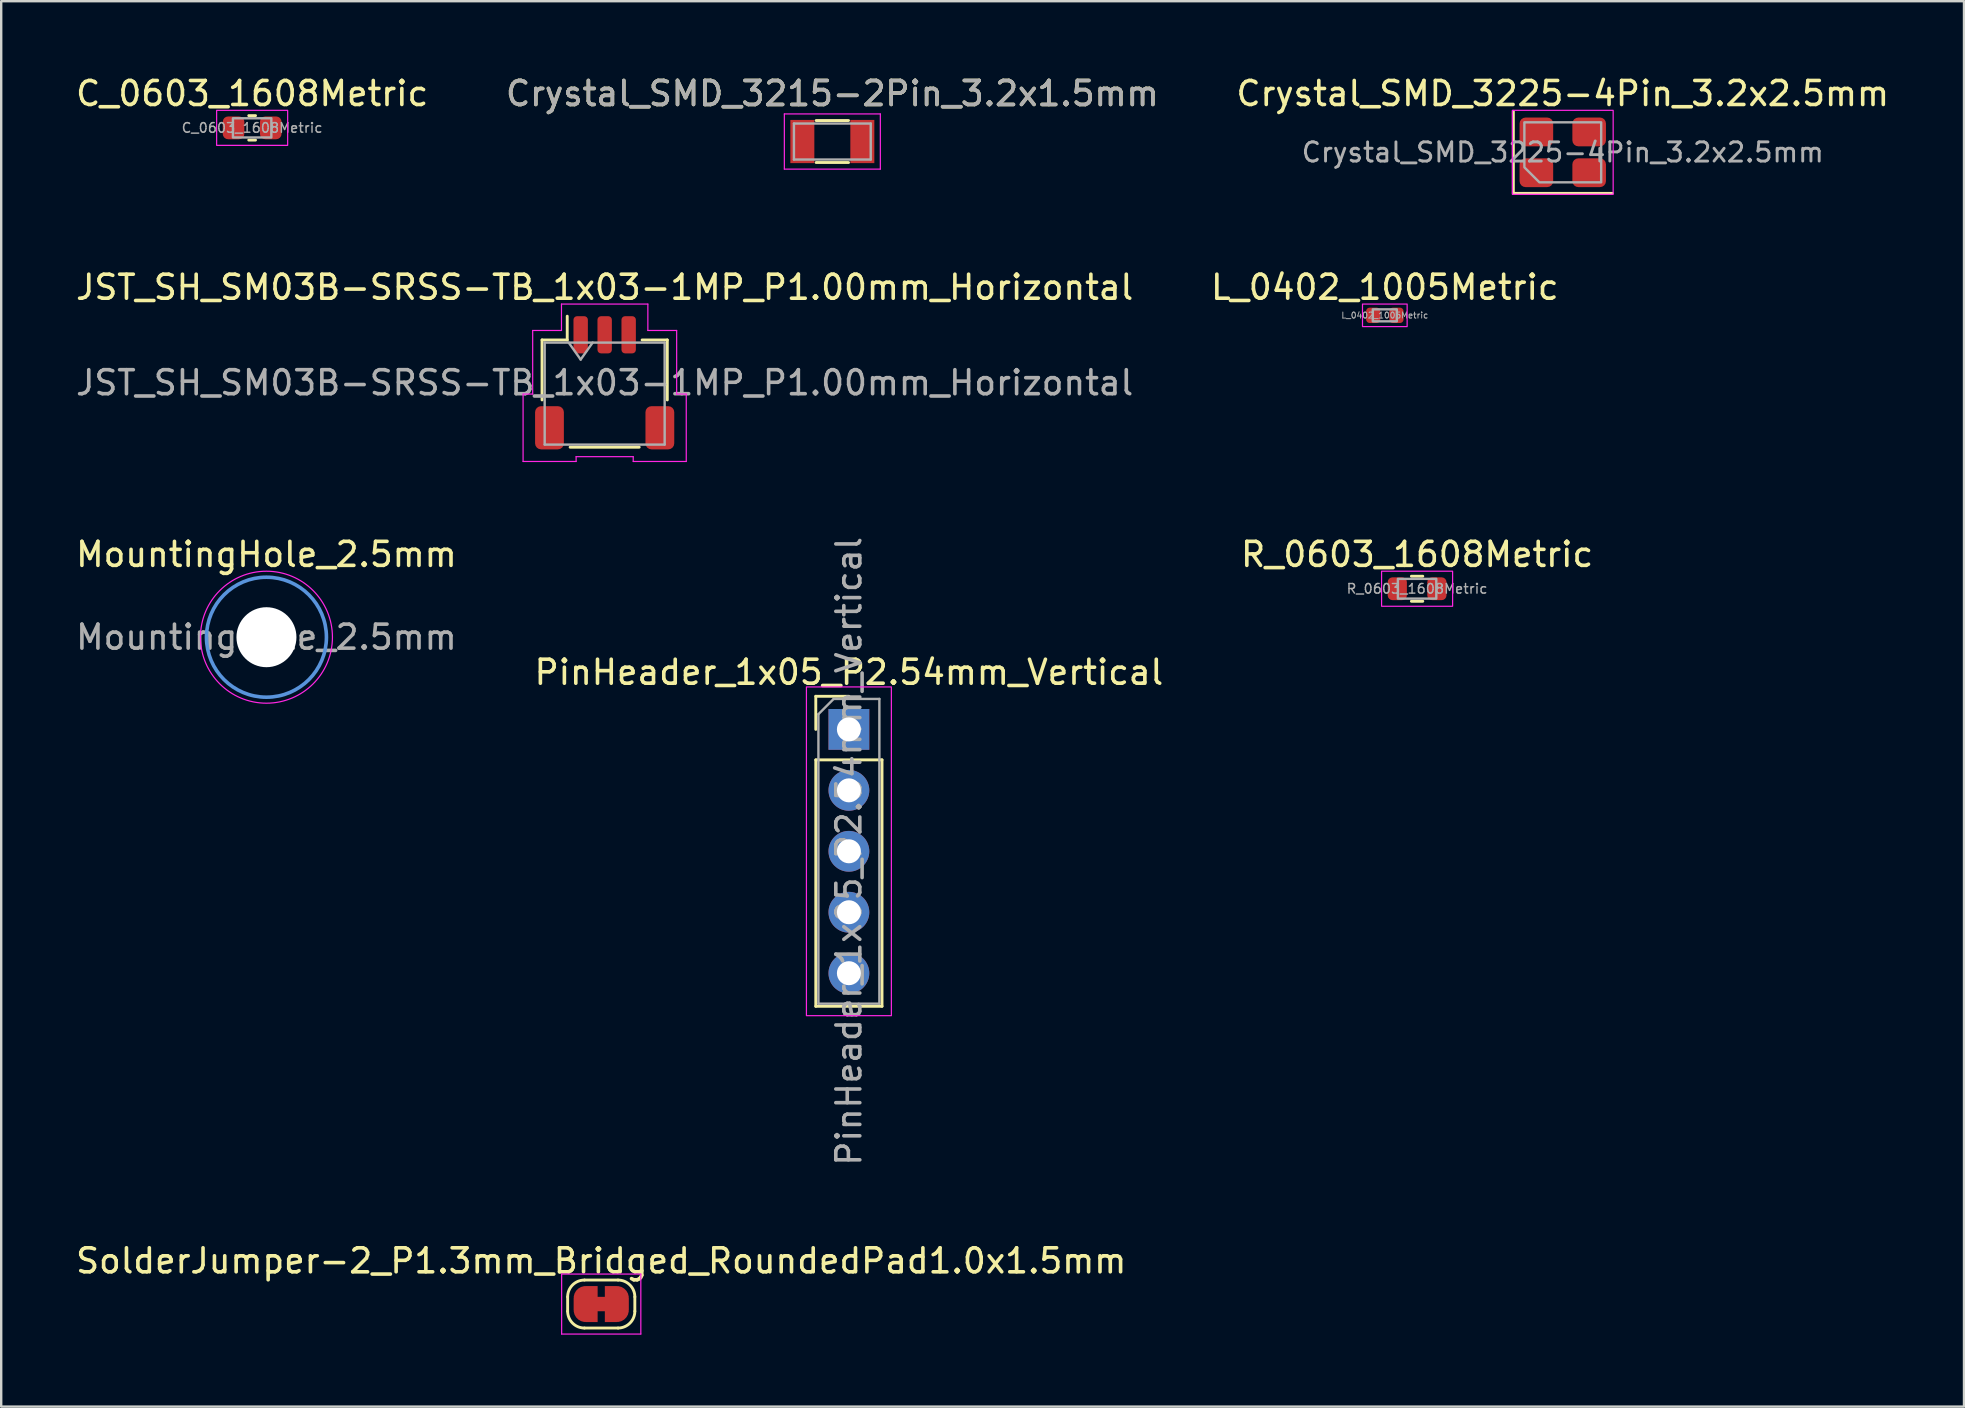
<source format=kicad_pcb>
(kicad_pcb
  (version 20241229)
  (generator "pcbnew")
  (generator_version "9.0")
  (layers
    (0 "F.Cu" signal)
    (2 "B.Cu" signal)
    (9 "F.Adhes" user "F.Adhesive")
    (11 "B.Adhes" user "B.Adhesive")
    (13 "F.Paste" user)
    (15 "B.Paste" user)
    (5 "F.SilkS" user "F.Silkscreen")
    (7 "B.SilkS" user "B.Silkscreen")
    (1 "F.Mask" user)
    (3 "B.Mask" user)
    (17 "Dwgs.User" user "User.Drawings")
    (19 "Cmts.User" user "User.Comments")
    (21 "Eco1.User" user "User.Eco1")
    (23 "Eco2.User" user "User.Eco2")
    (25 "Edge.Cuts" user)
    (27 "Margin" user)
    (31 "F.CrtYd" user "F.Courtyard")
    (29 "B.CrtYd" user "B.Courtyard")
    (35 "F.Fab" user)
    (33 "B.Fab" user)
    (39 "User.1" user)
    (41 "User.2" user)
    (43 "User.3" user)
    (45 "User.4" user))
  (footprint "C_0603_1608Metric"
    (layer "F.Cu")
    (at 7.458 2.278)
    (property "Reference" "C_0603_1608Metric" (at 0 -1.43 180) (layer "F.SilkS") (effects (font (size 1 1) (thickness 0.15))))
    (attr smd)
    (fp_line (start -0.141 -0.51) (end 0.141 -0.51) (stroke (width 0.12) (type solid)) (layer "F.SilkS"))
    (fp_line (start -0.141 0.51) (end 0.141 0.51) (stroke (width 0.12) (type solid)) (layer "F.SilkS"))
    (fp_rect (start -1.48 -0.73) (end 1.48 0.73) (stroke (width 0.05) (type solid)) (fill no) (layer "F.CrtYd"))
    (fp_rect (start -0.8 -0.4) (end 0.8 0.4) (stroke (width 0.1) (type solid)) (fill no) (layer "F.Fab"))
    (fp_text user "${REFERENCE}" (at 0 0 180) (layer "F.Fab") (effects (font (size 0.4 0.4) (thickness 0.06))))
    (pad "1" smd roundrect (at -0.775 0) (size 0.9 0.95) (layers "F.Cu" "F.Mask" "F.Paste") (roundrect_rratio 0.25))
    (pad "2" smd roundrect (at 0.775 0) (size 0.9 0.95) (layers "F.Cu" "F.Mask" "F.Paste") (roundrect_rratio 0.25)))
  (footprint "Crystal_SMD_3225-4Pin_3.2x2.5mm"
    (layer "F.Cu")
    (at 62.077 3.298)
    (property "Reference" "Crystal_SMD_3225-4Pin_3.2x2.5mm" (at 0 -2.45 0) (layer "F.SilkS") (effects (font (size 1 1) (thickness 0.15))))
    (attr smd)
    (fp_line (start -2.06 -1.71) (end -2.06 1.71) (stroke (width 0.12) (type solid)) (layer "F.SilkS"))
    (fp_line (start -2.06 1.71) (end 2.06 1.71) (stroke (width 0.12) (type solid)) (layer "F.SilkS"))
    (fp_rect (start -2.1 -1.75) (end 2.1 1.75) (stroke (width 0.05) (type solid)) (fill no) (layer "F.CrtYd"))
    (fp_poly (pts (xy 1.6 -1.25) (xy 1.6 1.25) (xy -0.975 1.25) (xy -1.6 0.625) (xy -1.6 -1.25)) (stroke (width 0.1) (type solid)) (fill no) (layer "F.Fab"))
    (fp_text user "${REFERENCE}" (at 0 0 0) (layer "F.Fab") (effects (font (size 0.8 0.8) (thickness 0.12))))
    (pad "1" smd roundrect (at -1.1 0.85) (size 1.4 1.2) (layers "F.Cu" "F.Mask" "F.Paste") (roundrect_rratio 0.208))
    (pad "2" smd roundrect (at 1.1 0.85) (size 1.4 1.2) (layers "F.Cu" "F.Mask" "F.Paste") (roundrect_rratio 0.208))
    (pad "3" smd roundrect (at 1.1 -0.85) (size 1.4 1.2) (layers "F.Cu" "F.Mask" "F.Paste") (roundrect_rratio 0.208))
    (pad "4" smd roundrect (at -1.1 -0.85) (size 1.4 1.2) (layers "F.Cu" "F.Mask" "F.Paste") (roundrect_rratio 0.208)))
  (footprint "SolderJumper-2_P1.3mm_Bridged_RoundedPad1.0x1.5mm"
    (layer "F.Cu")
    (at 22.006 51.295)
    (property "Reference" "SolderJumper-2_P1.3mm_Bridged_RoundedPad1.0x1.5mm" (at 0 -1.8 180) (layer "F.SilkS") (effects (font (size 1 1) (thickness 0.15))))
    (attr exclude_from_pos_files exclude_from_bom allow_soldermask_bridges)
    (fp_poly (pts (xy 0.25 -0.3) (xy -0.25 -0.3) (xy -0.25 0.3) (xy 0.25 0.3)) (stroke (width 0) (type solid)) (fill yes) (layer "F.Cu"))
    (fp_rect (start -0.15 -0.75) (end 0.15 0.75) (stroke (width 0) (type default)) (fill yes) (layer "F.Mask"))
    (fp_line (start -1.4 0.3) (end -1.4 -0.3) (stroke (width 0.12) (type solid)) (layer "F.SilkS"))
    (fp_line (start -0.7 -1) (end 0.7 -1) (stroke (width 0.12) (type solid)) (layer "F.SilkS"))
    (fp_line (start 0.7 1) (end -0.7 1) (stroke (width 0.12) (type solid)) (layer "F.SilkS"))
    (fp_line (start 1.4 -0.3) (end 1.4 0.3) (stroke (width 0.12) (type solid)) (layer "F.SilkS"))
    (fp_arc (start -1.4 -0.3) (mid -1.194975 -0.794975) (end -0.7 -1) (stroke (width 0.12) (type solid)) (layer "F.SilkS"))
    (fp_arc (start -0.7 1) (mid -1.194975 0.794975) (end -1.4 0.3) (stroke (width 0.12) (type solid)) (layer "F.SilkS"))
    (fp_arc (start 0.7 -1) (mid 1.194975 -0.794975) (end 1.4 -0.3) (stroke (width 0.12) (type solid)) (layer "F.SilkS"))
    (fp_arc (start 1.4 0.3) (mid 1.194975 0.794975) (end 0.7 1) (stroke (width 0.12) (type solid)) (layer "F.SilkS"))
    (fp_line (start -1.65 -1.25) (end -1.65 1.25) (stroke (width 0.05) (type solid)) (layer "F.CrtYd"))
    (fp_line (start -1.65 -1.25) (end 1.65 -1.25) (stroke (width 0.05) (type solid)) (layer "F.CrtYd"))
    (fp_line (start 1.65 1.25) (end -1.65 1.25) (stroke (width 0.05) (type solid)) (layer "F.CrtYd"))
    (fp_line (start 1.65 1.25) (end 1.65 -1.25) (stroke (width 0.05) (type solid)) (layer "F.CrtYd"))
    (pad "1" smd custom (at -0.65 0) (size 1 0.5) (layers "F.Cu" "F.Mask") (options (anchor rect)) (primitives (gr_circle (center 0 0.25) (end 0.5 0.25) (width 0) (fill yes)) (gr_circle (center 0 -0.25) (end 0.5 -0.25) (width 0) (fill yes)) (gr_poly (pts (xy 0.5 0.75) (xy 0 0.75) (xy 0 -0.75) (xy 0.5 -0.75)) (width 0) (fill yes))))
    (pad "2" smd custom (at 0.65 0) (size 1 0.5) (layers "F.Cu" "F.Mask") (options (anchor rect)) (primitives (gr_circle (center 0 0.25) (end 0.5 0.25) (width 0) (fill yes)) (gr_circle (center 0 -0.25) (end 0.5 -0.25) (width 0) (fill yes)) (gr_poly (pts (xy 0 0.75) (xy -0.5 0.75) (xy -0.5 -0.75) (xy 0 -0.75)) (width 0) (fill yes)))))
  (footprint "MountingHole_2.5mm"
    (layer "F.Cu")
    (at 8.054 23.505)
    (property "Reference" "MountingHole_2.5mm" (at 0 -3.45 0) (layer "F.SilkS") (effects (font (size 1 1) (thickness 0.15))))
    (attr exclude_from_pos_files exclude_from_bom)
    (fp_circle (center 0 0) (end 2.5 0) (stroke (width 0.15) (type solid)) (fill no) (layer "Cmts.User"))
    (fp_circle (center 0 0) (end 2.75 0) (stroke (width 0.05) (type solid)) (fill no) (layer "F.CrtYd"))
    (fp_text user "${REFERENCE}" (at 0 0 0) (layer "F.Fab") (effects (font (size 1 1) (thickness 0.15))))
    (pad "" np_thru_hole circle (at 0 0) (size 2.5 2.5) (drill 2.5) (layers "*.Cu" "*.Mask")))
  (footprint "PinHeader_1x05_P2.54mm_Vertical"
    (layer "F.Cu")
    (at 32.327 27.347)
    (property "Reference" "PinHeader_1x05_P2.54mm_Vertical" (at 0 -2.38 0) (layer "F.SilkS") (effects (font (size 1 1) (thickness 0.15))))
    (attr through_hole exclude_from_pos_files exclude_from_bom)
    (fp_line (start -1.38 -1.38) (end 0 -1.38) (stroke (width 0.12) (type solid)) (layer "F.SilkS"))
    (fp_line (start -1.38 0) (end -1.38 -1.38) (stroke (width 0.12) (type solid)) (layer "F.SilkS"))
    (fp_line (start -1.38 1.27) (end -1.38 11.54) (stroke (width 0.12) (type solid)) (layer "F.SilkS"))
    (fp_line (start -1.38 1.27) (end 1.38 1.27) (stroke (width 0.12) (type solid)) (layer "F.SilkS"))
    (fp_line (start -1.38 11.54) (end 1.38 11.54) (stroke (width 0.12) (type solid)) (layer "F.SilkS"))
    (fp_line (start 1.38 1.27) (end 1.38 11.54) (stroke (width 0.12) (type solid)) (layer "F.SilkS"))
    (fp_rect (start -1.77 -1.77) (end 1.77 11.93) (stroke (width 0.05) (type solid)) (fill no) (layer "F.CrtYd"))
    (fp_line (start -1.27 -0.635) (end -0.635 -1.27) (stroke (width 0.1) (type solid)) (layer "F.Fab"))
    (fp_line (start -1.27 11.43) (end -1.27 -0.635) (stroke (width 0.1) (type solid)) (layer "F.Fab"))
    (fp_line (start -0.635 -1.27) (end 1.27 -1.27) (stroke (width 0.1) (type solid)) (layer "F.Fab"))
    (fp_line (start 1.27 -1.27) (end 1.27 11.43) (stroke (width 0.1) (type solid)) (layer "F.Fab"))
    (fp_line (start 1.27 11.43) (end -1.27 11.43) (stroke (width 0.1) (type solid)) (layer "F.Fab"))
    (fp_text user "${REFERENCE}" (at 0 5.08 90) (layer "F.Fab") (effects (font (size 1 1) (thickness 0.15))))
    (pad "1" thru_hole rect (at 0 0) (size 1.7 1.7) (drill 1) (layers "*.Cu" "*.Mask"))
    (pad "2" thru_hole circle (at 0 2.54) (size 1.7 1.7) (drill 1) (layers "*.Cu" "*.Mask"))
    (pad "3" thru_hole circle (at 0 5.08) (size 1.7 1.7) (drill 1) (layers "*.Cu" "*.Mask"))
    (pad "4" thru_hole circle (at 0 7.62) (size 1.7 1.7) (drill 1) (layers "*.Cu" "*.Mask"))
    (pad "5" thru_hole circle (at 0 10.16) (size 1.7 1.7) (drill 1) (layers "*.Cu" "*.Mask")))
  (footprint "R_0603_1608Metric"
    (layer "F.Cu")
    (at 56.006 21.485)
    (property "Reference" "R_0603_1608Metric" (at 0 -1.43 180) (layer "F.SilkS") (effects (font (size 1 1) (thickness 0.15))))
    (attr smd)
    (fp_line (start -0.237 -0.522) (end 0.237 -0.522) (stroke (width 0.12) (type solid)) (layer "F.SilkS"))
    (fp_line (start -0.237 0.522) (end 0.237 0.522) (stroke (width 0.12) (type solid)) (layer "F.SilkS"))
    (fp_rect (start -1.48 -0.73) (end 1.48 0.73) (stroke (width 0.05) (type solid)) (fill no) (layer "F.CrtYd"))
    (fp_rect (start -0.8 -0.412) (end 0.8 0.412) (stroke (width 0.1) (type solid)) (fill no) (layer "F.Fab"))
    (fp_text user "${REFERENCE}" (at 0 0 180) (layer "F.Fab") (effects (font (size 0.4 0.4) (thickness 0.06))))
    (pad "1" smd roundrect (at -0.825 0) (size 0.8 0.95) (layers "F.Cu" "F.Mask" "F.Paste") (roundrect_rratio 0.25))
    (pad "2" smd roundrect (at 0.825 0) (size 0.8 0.95) (layers "F.Cu" "F.Mask" "F.Paste") (roundrect_rratio 0.25)))
  (footprint "JST_SH_SM03B-SRSS-TB_1x03-1MP_P1.00mm_Horizontal"
    (layer "F.Cu")
    (at 22.149 12.902)
    (property "Reference" "JST_SH_SM03B-SRSS-TB_1x03-1MP_P1.00mm_Horizontal" (at 0 -3.98 0) (layer "F.SilkS") (effects (font (size 1 1) (thickness 0.15))))
    (attr smd)
    (fp_line (start -2.61 -1.785) (end -1.56 -1.785) (stroke (width 0.12) (type solid)) (layer "F.SilkS"))
    (fp_line (start -2.61 0.715) (end -2.61 -1.785) (stroke (width 0.12) (type solid)) (layer "F.SilkS"))
    (fp_line (start -1.56 -1.785) (end -1.56 -2.775) (stroke (width 0.12) (type solid)) (layer "F.SilkS"))
    (fp_line (start -1.44 2.685) (end 1.44 2.685) (stroke (width 0.12) (type solid)) (layer "F.SilkS"))
    (fp_line (start 2.61 -1.785) (end 1.56 -1.785) (stroke (width 0.12) (type solid)) (layer "F.SilkS"))
    (fp_line (start 2.61 0.715) (end 2.61 -1.785) (stroke (width 0.12) (type solid)) (layer "F.SilkS"))
    (fp_line (start -3.4 0.47) (end -3 0.47) (stroke (width 0.05) (type solid)) (layer "F.CrtYd"))
    (fp_line (start -3.4 3.28) (end -3.4 0.47) (stroke (width 0.05) (type solid)) (layer "F.CrtYd"))
    (fp_line (start -3 -2.18) (end -1.8 -2.18) (stroke (width 0.05) (type solid)) (layer "F.CrtYd"))
    (fp_line (start -3 0.47) (end -3 -2.18) (stroke (width 0.05) (type solid)) (layer "F.CrtYd"))
    (fp_line (start -1.8 -3.28) (end 1.8 -3.28) (stroke (width 0.05) (type solid)) (layer "F.CrtYd"))
    (fp_line (start -1.8 -2.18) (end -1.8 -3.28) (stroke (width 0.05) (type solid)) (layer "F.CrtYd"))
    (fp_line (start -1.19 3.08) (end -1.19 3.28) (stroke (width 0.05) (type solid)) (layer "F.CrtYd"))
    (fp_line (start -1.19 3.28) (end -3.4 3.28) (stroke (width 0.05) (type solid)) (layer "F.CrtYd"))
    (fp_line (start 1.19 3.08) (end -1.19 3.08) (stroke (width 0.05) (type solid)) (layer "F.CrtYd"))
    (fp_line (start 1.19 3.28) (end 1.19 3.08) (stroke (width 0.05) (type solid)) (layer "F.CrtYd"))
    (fp_line (start 1.8 -3.28) (end 1.8 -2.18) (stroke (width 0.05) (type solid)) (layer "F.CrtYd"))
    (fp_line (start 1.8 -2.18) (end 3 -2.18) (stroke (width 0.05) (type solid)) (layer "F.CrtYd"))
    (fp_line (start 3 -2.18) (end 3 0.47) (stroke (width 0.05) (type solid)) (layer "F.CrtYd"))
    (fp_line (start 3 0.47) (end 3.4 0.47) (stroke (width 0.05) (type solid)) (layer "F.CrtYd"))
    (fp_line (start 3.4 0.47) (end 3.4 3.28) (stroke (width 0.05) (type solid)) (layer "F.CrtYd"))
    (fp_line (start 3.4 3.28) (end 1.19 3.28) (stroke (width 0.05) (type solid)) (layer "F.CrtYd"))
    (fp_line (start -2.5 -1.675) (end -2.5 2.575) (stroke (width 0.1) (type solid)) (layer "F.Fab"))
    (fp_line (start -2.5 -1.675) (end 2.5 -1.675) (stroke (width 0.1) (type solid)) (layer "F.Fab"))
    (fp_line (start -2.5 2.575) (end 2.5 2.575) (stroke (width 0.1) (type solid)) (layer "F.Fab"))
    (fp_line (start -1.5 -1.675) (end -1 -0.968) (stroke (width 0.1) (type solid)) (layer "F.Fab"))
    (fp_line (start -1 -0.968) (end -0.5 -1.675) (stroke (width 0.1) (type solid)) (layer "F.Fab"))
    (fp_line (start 2.5 -1.675) (end 2.5 2.575) (stroke (width 0.1) (type solid)) (layer "F.Fab"))
    (fp_text user "${REFERENCE}" (at 0 0 0) (layer "F.Fab") (effects (font (size 1 1) (thickness 0.15))))
    (pad "1" smd roundrect (at -1 -2) (size 0.6 1.55) (layers "F.Cu" "F.Mask" "F.Paste") (roundrect_rratio 0.25))
    (pad "2" smd roundrect (at 0 -2) (size 0.6 1.55) (layers "F.Cu" "F.Mask" "F.Paste") (roundrect_rratio 0.25))
    (pad "3" smd roundrect (at 1 -2) (size 0.6 1.55) (layers "F.Cu" "F.Mask" "F.Paste") (roundrect_rratio 0.25))
    (pad "MP" smd roundrect (at -2.3 1.875) (size 1.2 1.8) (layers "F.Cu" "F.Mask" "F.Paste") (roundrect_rratio 0.208))
    (pad "MP" smd roundrect (at 2.3 1.875) (size 1.2 1.8) (layers "F.Cu" "F.Mask" "F.Paste") (roundrect_rratio 0.208)))
  (footprint "Crystal_SMD_3215-2Pin_3.2x1.5mm"
    (layer "F.Cu")
    (at 31.637 2.848)
    (property "Reference" "Crystal_SMD_3215-2Pin_3.2x1.5mm" (at 0 -2 180) (layer "F.SilkS") (effects (font (size 1 1) (thickness 0.15))))
    (attr smd)
    (fp_line (start -0.675 -0.875) (end 0.675 -0.875) (stroke (width 0.12) (type solid)) (layer "F.SilkS"))
    (fp_line (start -0.675 0.875) (end 0.675 0.875) (stroke (width 0.12) (type solid)) (layer "F.SilkS"))
    (fp_line (start -2 -1.15) (end -2 1.15) (stroke (width 0.05) (type solid)) (layer "F.CrtYd"))
    (fp_line (start -2 -1.15) (end 2 -1.15) (stroke (width 0.05) (type solid)) (layer "F.CrtYd"))
    (fp_line (start -2 1.15) (end 2 1.15) (stroke (width 0.05) (type solid)) (layer "F.CrtYd"))
    (fp_line (start 2 -1.15) (end 2 1.15) (stroke (width 0.05) (type solid)) (layer "F.CrtYd"))
    (fp_line (start -1.6 -0.75) (end -1.6 0.75) (stroke (width 0.1) (type solid)) (layer "F.Fab"))
    (fp_line (start -1.6 -0.75) (end 1.6 -0.75) (stroke (width 0.1) (type solid)) (layer "F.Fab"))
    (fp_line (start -1.6 0.75) (end 1.6 0.75) (stroke (width 0.1) (type solid)) (layer "F.Fab"))
    (fp_line (start 1.6 -0.75) (end 1.6 0.75) (stroke (width 0.1) (type solid)) (layer "F.Fab"))
    (fp_text user "${REFERENCE}" (at 0 -2 180) (layer "F.Fab") (effects (font (size 1 1) (thickness 0.15))))
    (pad "1" smd rect (at 1.25 0) (size 1 1.8) (layers "F.Cu" "F.Mask" "F.Paste"))
    (pad "2" smd rect (at -1.25 0) (size 1 1.8) (layers "F.Cu" "F.Mask" "F.Paste")))
  (footprint "L_0402_1005Metric"
    (layer "F.Cu")
    (at 54.661 10.091)
    (property "Reference" "L_0402_1005Metric" (at 0 -1.17 0) (layer "F.SilkS") (effects (font (size 1 1) (thickness 0.15))))
    (attr smd)
    (fp_rect (start -0.93 -0.47) (end 0.93 0.47) (stroke (width 0.05) (type solid)) (fill no) (layer "F.CrtYd"))
    (fp_rect (start -0.5 -0.25) (end 0.5 0.25) (stroke (width 0.1) (type solid)) (fill no) (layer "F.Fab"))
    (fp_text user "${REFERENCE}" (at 0 0 0) (layer "F.Fab") (effects (font (size 0.25 0.25) (thickness 0.04))))
    (pad "1" smd roundrect (at -0.485 0) (size 0.59 0.64) (layers "F.Cu" "F.Mask" "F.Paste") (roundrect_rratio 0.25))
    (pad "2" smd roundrect (at 0.485 0) (size 0.59 0.64) (layers "F.Cu" "F.Mask" "F.Paste") (roundrect_rratio 0.25)))
  (gr_rect
    (start -3 -3)
    (end 78.798 55.57)
    (stroke (width 0.1) (type default))
    (fill no)
    (layer "Edge.Cuts")))
</source>
